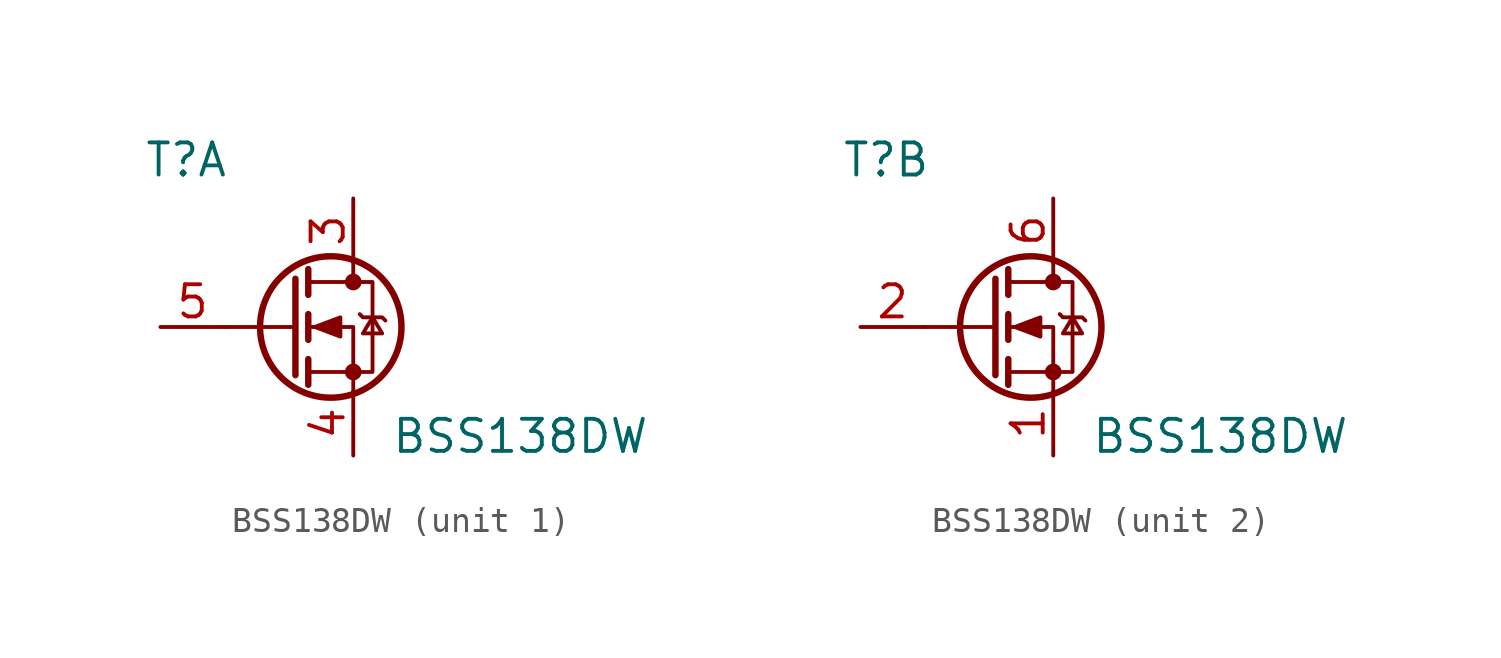
<source format=kicad_sym>
(kicad_symbol_lib
  (version 20231120)
  (generator "kicad_symbol_editor")
  (generator_version "8.0")
  (symbol "BSS138DW"
    (pin_names hide)
    (property "Reference" "T"
      (at -6.604 6.604 0)
      (effects (font (size 1.27 1.27))))
    (property "Value" "BSS138DW"
      (at 6.604 -4.318 0)
      (effects (font (size 1.27 1.27))))
    (symbol "BSS138DW_0_1"
      (circle (center -0.889 0) (radius 2.794) (stroke (width 0.254) (type default)) (fill (type none)))
      (circle (center 0 -1.778) (radius 0.254) (stroke (width 0) (type default)) (fill (type outline)))
      (polyline (pts (xy -2.286 0) (xy -5.08 0)) (stroke (width 0) (type default)) (fill (type none)))
      (polyline (pts (xy -2.286 1.905) (xy -2.286 -1.905)) (stroke (width 0.254) (type default)) (fill (type none)))
      (polyline (pts (xy -1.778 -1.27) (xy -1.778 -2.286)) (stroke (width 0.254) (type default)) (fill (type none)))
      (polyline (pts (xy -1.778 0.508) (xy -1.778 -0.508)) (stroke (width 0.254) (type default)) (fill (type none)))
      (polyline (pts (xy -1.778 2.286) (xy -1.778 1.27)) (stroke (width 0.254) (type default)) (fill (type none)))
      (polyline (pts (xy 0 2.54) (xy 0 1.778)) (stroke (width 0) (type default)) (fill (type none)))
      (polyline (pts (xy 0 -2.54) (xy 0 0) (xy -1.778 0)) (stroke (width 0) (type default)) (fill (type none)))
      (polyline (pts (xy -1.778 -1.778) (xy 0.762 -1.778) (xy 0.762 1.778) (xy -1.778 1.778)) (stroke (width 0) (type default)) (fill (type none)))
      (polyline (pts (xy -1.524 0) (xy -0.508 0.381) (xy -0.508 -0.381) (xy -1.524 0)) (stroke (width 0) (type default)) (fill (type outline)))
      (polyline (pts (xy 0.254 0.508) (xy 0.381 0.381) (xy 1.143 0.381) (xy 1.27 0.254)) (stroke (width 0) (type default)) (fill (type none)))
      (polyline (pts (xy 0.762 0.381) (xy 0.381 -0.254) (xy 1.143 -0.254) (xy 0.762 0.381)) (stroke (width 0) (type default)) (fill (type none)))
      (circle (center 0 1.778) (radius 0.254) (stroke (width 0) (type default)) (fill (type outline))))
    (symbol "BSS138DW_1_0"
      (pin passive line (at 0 -5.08 90) (length 2.54) (name "S1" (effects (font (size 1.27 1.27)))) (number "4" (effects (font (size 1.27 1.27)))))
      (pin input line (at -7.62 0 0) (length 2.54) (name "G1" (effects (font (size 1.27 1.27)))) (number "5" (effects (font (size 1.27 1.27))))))
    (symbol "BSS138DW_1_1"
      (pin passive line (at 0 5.08 270) (length 2.54) (name "D1" (effects (font (size 1.27 1.27)))) (number "3" (effects (font (size 1.27 1.27))))))
    (symbol "BSS138DW_2_0"
      (pin passive line (at 0 5.08 270) (length 2.54) (name "D2" (effects (font (size 1.27 1.27)))) (number "6" (effects (font (size 1.27 1.27))))))
    (symbol "BSS138DW_2_1"
      (pin passive line (at 0 -5.08 90) (length 2.54) (name "S2" (effects (font (size 1.27 1.27)))) (number "1" (effects (font (size 1.27 1.27)))))
      (pin input line (at -7.62 0 0) (length 2.54) (name "G2" (effects (font (size 1.27 1.27)))) (number "2" (effects (font (size 1.27 1.27))))))))
</source>
